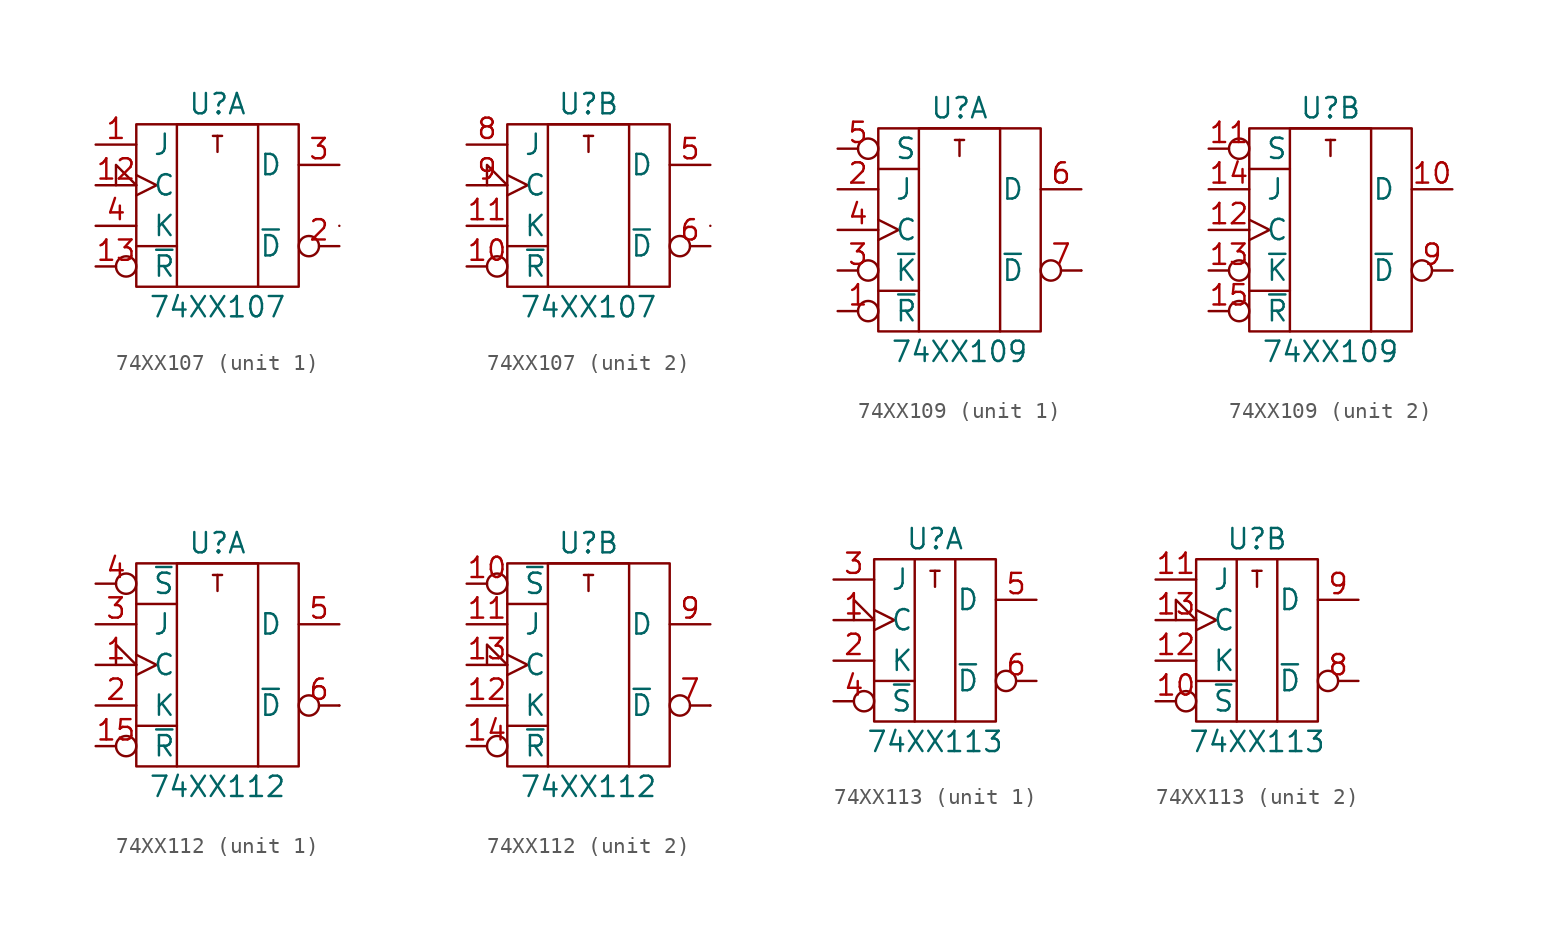
<source format=kicad_sym>
(kicad_symbol_lib
  (version 20211014)
  (generator kicad_symbol_editor)
  (symbol "74XX107"
    (pin_names
      (offset 1.016))
    (property "Reference" "U"
      (at 0 6.35 0)
      (effects (font (size 1.27 1.27))))
    (property "Value" "74XX107"
      (at 0 -6.35 0)
      (effects (font (size 1.27 1.27))))
    (symbol "74XX107_0_0"
      (polyline (pts (xy -5.08 -2.54) (xy -2.54 -2.54)) (stroke (width 0) (type default) (color 0 0 0 0)) (fill (type none)))
      (polyline (pts (xy 7.62 -1.27) (xy 7.62 -1.27)) (stroke (width 0) (type default) (color 0 0 0 0)) (fill (type none)))
      (polyline (pts (xy 2.54 -5.08) (xy 2.54 5.08) (xy -2.54 5.08) (xy -2.54 -5.08)) (stroke (width 0) (type default) (color 0 0 0 0)) (fill (type none)))
      (text "T" (at 0 3.81 0) (effects (font (size 1 1)))))
    (symbol "74XX107_0_1"
      (rectangle (start -5.08 -5.08) (end 5.08 5.08) (stroke (width 0) (type default) (color 0 0 0 0)) (fill (type none)))
      (pin power_in line (at 5.08 5.08 180) (length 0) hide (name "VCC" (effects (font (size 1.27 1.27)))) (number "14" (effects (font (size 1.27 1.27)))))
      (pin power_in line (at 5.08 -5.08 180) (length 0) hide (name "GND" (effects (font (size 1.27 1.27)))) (number "7" (effects (font (size 1.27 1.27))))))
    (symbol "74XX107_1_1"
      (pin input line (at -7.62 3.81 0) (length 2.54) (name "J" (effects (font (size 1.27 1.27)))) (number "1" (effects (font (size 1.27 1.27)))))
      (pin input clock_low (at -7.62 1.27 0) (length 2.54) (name "C" (effects (font (size 1.27 1.27)))) (number "12" (effects (font (size 1.27 1.27)))))
      (pin input inverted (at -7.62 -3.81 0) (length 2.54) (name "~{R}" (effects (font (size 1.27 1.27)))) (number "13" (effects (font (size 1.27 1.27)))))
      (pin output inverted (at 7.62 -2.54 180) (length 2.54) (name "~{D}" (effects (font (size 1.27 1.27)))) (number "2" (effects (font (size 1.27 1.27)))))
      (pin output line (at 7.62 2.54 180) (length 2.54) (name "D" (effects (font (size 1.27 1.27)))) (number "3" (effects (font (size 1.27 1.27)))))
      (pin input line (at -7.62 -1.27 0) (length 2.54) (name "K" (effects (font (size 1.27 1.27)))) (number "4" (effects (font (size 1.27 1.27))))))
    (symbol "74XX107_2_1"
      (pin input inverted (at -7.62 -3.81 0) (length 2.54) (name "~{R}" (effects (font (size 1.27 1.27)))) (number "10" (effects (font (size 1.27 1.27)))))
      (pin input line (at -7.62 -1.27 0) (length 2.54) (name "K" (effects (font (size 1.27 1.27)))) (number "11" (effects (font (size 1.27 1.27)))))
      (pin output line (at 7.62 2.54 180) (length 2.54) (name "D" (effects (font (size 1.27 1.27)))) (number "5" (effects (font (size 1.27 1.27)))))
      (pin output inverted (at 7.62 -2.54 180) (length 2.54) (name "~{D}" (effects (font (size 1.27 1.27)))) (number "6" (effects (font (size 1.27 1.27)))))
      (pin input line (at -7.62 3.81 0) (length 2.54) (name "J" (effects (font (size 1.27 1.27)))) (number "8" (effects (font (size 1.27 1.27)))))
      (pin input clock_low (at -7.62 1.27 0) (length 2.54) (name "C" (effects (font (size 1.27 1.27)))) (number "9" (effects (font (size 1.27 1.27)))))))
  (symbol "74XX109"
    (pin_names
      (offset 1.016))
    (property "Reference" "U"
      (at 0 7.62 0)
      (effects (font (size 1.27 1.27))))
    (property "Value" "74XX109"
      (at 0 -7.62 0)
      (effects (font (size 1.27 1.27))))
    (symbol "74XX109_0_0"
      (polyline (pts (xy -5.08 -3.81) (xy -2.54 -3.81)) (stroke (width 0) (type default) (color 0 0 0 0)) (fill (type none)))
      (polyline (pts (xy -5.08 3.81) (xy -2.54 3.81)) (stroke (width 0) (type default) (color 0 0 0 0)) (fill (type none)))
      (polyline (pts (xy 7.62 -2.54) (xy 7.62 -2.54)) (stroke (width 0) (type default) (color 0 0 0 0)) (fill (type none)))
      (polyline (pts (xy -2.54 -6.35) (xy -2.54 6.35) (xy 2.54 6.35) (xy 2.54 -6.35)) (stroke (width 0) (type default) (color 0 0 0 0)) (fill (type none)))
      (text "T" (at 0 5.08 0) (effects (font (size 1 1)))))
    (symbol "74XX109_0_1"
      (rectangle (start -5.08 -6.35) (end 5.08 6.35) (stroke (width 0) (type default) (color 0 0 0 0)) (fill (type none)))
      (pin power_in line (at 5.08 6.35 180) (length 0) hide (name "VCC" (effects (font (size 1.27 1.27)))) (number "16" (effects (font (size 1.27 1.27)))))
      (pin power_in line (at 5.08 -6.35 180) (length 0) hide (name "GND" (effects (font (size 1.27 1.27)))) (number "8" (effects (font (size 1.27 1.27))))))
    (symbol "74XX109_1_1"
      (pin input inverted (at -7.62 -5.08 0) (length 2.54) (name "~{R}" (effects (font (size 1.27 1.27)))) (number "1" (effects (font (size 1.27 1.27)))))
      (pin input line (at -7.62 2.54 0) (length 2.54) (name "J" (effects (font (size 1.27 1.27)))) (number "2" (effects (font (size 1.27 1.27)))))
      (pin input inverted (at -7.62 -2.54 0) (length 2.54) (name "~{K}" (effects (font (size 1.27 1.27)))) (number "3" (effects (font (size 1.27 1.27)))))
      (pin input clock (at -7.62 0 0) (length 2.54) (name "C" (effects (font (size 1.27 1.27)))) (number "4" (effects (font (size 1.27 1.27)))))
      (pin input inverted (at -7.62 5.08 0) (length 2.54) (name "S" (effects (font (size 1.27 1.27)))) (number "5" (effects (font (size 1.27 1.27)))))
      (pin output line (at 7.62 2.54 180) (length 2.54) (name "D" (effects (font (size 1.27 1.27)))) (number "6" (effects (font (size 1.27 1.27)))))
      (pin output inverted (at 7.62 -2.54 180) (length 2.54) (name "~{D}" (effects (font (size 1.27 1.27)))) (number "7" (effects (font (size 1.27 1.27))))))
    (symbol "74XX109_2_1"
      (pin output line (at 7.62 2.54 180) (length 2.54) (name "D" (effects (font (size 1.27 1.27)))) (number "10" (effects (font (size 1.27 1.27)))))
      (pin input inverted (at -7.62 5.08 0) (length 2.54) (name "S" (effects (font (size 1.27 1.27)))) (number "11" (effects (font (size 1.27 1.27)))))
      (pin input clock (at -7.62 0 0) (length 2.54) (name "C" (effects (font (size 1.27 1.27)))) (number "12" (effects (font (size 1.27 1.27)))))
      (pin input inverted (at -7.62 -2.54 0) (length 2.54) (name "~{K}" (effects (font (size 1.27 1.27)))) (number "13" (effects (font (size 1.27 1.27)))))
      (pin input line (at -7.62 2.54 0) (length 2.54) (name "J" (effects (font (size 1.27 1.27)))) (number "14" (effects (font (size 1.27 1.27)))))
      (pin input inverted (at -7.62 -5.08 0) (length 2.54) (name "~{R}" (effects (font (size 1.27 1.27)))) (number "15" (effects (font (size 1.27 1.27)))))
      (pin output inverted (at 7.62 -2.54 180) (length 2.54) (name "~{D}" (effects (font (size 1.27 1.27)))) (number "9" (effects (font (size 1.27 1.27)))))))
  (symbol "74XX112"
    (pin_names
      (offset 1.016))
    (property "Reference" "U"
      (at 0 7.62 0)
      (effects (font (size 1.27 1.27))))
    (property "Value" "74XX112"
      (at 0 -7.62 0)
      (effects (font (size 1.27 1.27))))
    (symbol "74XX112_0_0"
      (polyline (pts (xy -5.08 -3.81) (xy -2.54 -3.81)) (stroke (width 0) (type default) (color 0 0 0 0)) (fill (type none)))
      (polyline (pts (xy -5.08 3.81) (xy -2.54 3.81)) (stroke (width 0) (type default) (color 0 0 0 0)) (fill (type none)))
      (polyline (pts (xy 7.62 -2.54) (xy 7.62 -2.54)) (stroke (width 0) (type default) (color 0 0 0 0)) (fill (type none)))
      (polyline (pts (xy -2.54 -6.35) (xy -2.54 6.35) (xy 2.54 6.35) (xy 2.54 -6.35)) (stroke (width 0) (type default) (color 0 0 0 0)) (fill (type none)))
      (text "T" (at 0 5.08 0) (effects (font (size 1 1)))))
    (symbol "74XX112_0_1"
      (rectangle (start -5.08 -6.35) (end 5.08 6.35) (stroke (width 0) (type default) (color 0 0 0 0)) (fill (type none)))
      (pin power_in line (at 5.08 6.35 180) (length 0) hide (name "VCC" (effects (font (size 1.27 1.27)))) (number "16" (effects (font (size 1.27 1.27)))))
      (pin power_in line (at 5.08 -6.35 180) (length 0) hide (name "GND" (effects (font (size 1.27 1.27)))) (number "8" (effects (font (size 1.27 1.27))))))
    (symbol "74XX112_1_1"
      (pin input clock_low (at -7.62 0 0) (length 2.54) (name "C" (effects (font (size 1.27 1.27)))) (number "1" (effects (font (size 1.27 1.27)))))
      (pin input inverted (at -7.62 -5.08 0) (length 2.54) (name "~{R}" (effects (font (size 1.27 1.27)))) (number "15" (effects (font (size 1.27 1.27)))))
      (pin input line (at -7.62 -2.54 0) (length 2.54) (name "K" (effects (font (size 1.27 1.27)))) (number "2" (effects (font (size 1.27 1.27)))))
      (pin input line (at -7.62 2.54 0) (length 2.54) (name "J" (effects (font (size 1.27 1.27)))) (number "3" (effects (font (size 1.27 1.27)))))
      (pin input inverted (at -7.62 5.08 0) (length 2.54) (name "~{S}" (effects (font (size 1.27 1.27)))) (number "4" (effects (font (size 1.27 1.27)))))
      (pin output line (at 7.62 2.54 180) (length 2.54) (name "D" (effects (font (size 1.27 1.27)))) (number "5" (effects (font (size 1.27 1.27)))))
      (pin output inverted (at 7.62 -2.54 180) (length 2.54) (name "~{D}" (effects (font (size 1.27 1.27)))) (number "6" (effects (font (size 1.27 1.27))))))
    (symbol "74XX112_2_1"
      (pin input inverted (at -7.62 5.08 0) (length 2.54) (name "~{S}" (effects (font (size 1.27 1.27)))) (number "10" (effects (font (size 1.27 1.27)))))
      (pin input line (at -7.62 2.54 0) (length 2.54) (name "J" (effects (font (size 1.27 1.27)))) (number "11" (effects (font (size 1.27 1.27)))))
      (pin input line (at -7.62 -2.54 0) (length 2.54) (name "K" (effects (font (size 1.27 1.27)))) (number "12" (effects (font (size 1.27 1.27)))))
      (pin input clock_low (at -7.62 0 0) (length 2.54) (name "C" (effects (font (size 1.27 1.27)))) (number "13" (effects (font (size 1.27 1.27)))))
      (pin input inverted (at -7.62 -5.08 0) (length 2.54) (name "~{R}" (effects (font (size 1.27 1.27)))) (number "14" (effects (font (size 1.27 1.27)))))
      (pin output inverted (at 7.62 -2.54 180) (length 2.54) (name "~{D}" (effects (font (size 1.27 1.27)))) (number "7" (effects (font (size 1.27 1.27)))))
      (pin output line (at 7.62 2.54 180) (length 2.54) (name "D" (effects (font (size 1.27 1.27)))) (number "9" (effects (font (size 1.27 1.27)))))))
  (symbol "74XX113"
    (pin_names
      (offset 1.016))
    (property "Reference" "U"
      (at 0 6.35 0)
      (effects (font (size 1.27 1.27))))
    (property "Value" "74XX113"
      (at 0 -6.35 0)
      (effects (font (size 1.27 1.27))))
    (symbol "74XX113_0_0"
      (polyline (pts (xy -3.81 -2.54) (xy -1.27 -2.54)) (stroke (width 0) (type default) (color 0 0 0 0)) (fill (type none)))
      (text "T" (at 0 3.81 0) (effects (font (size 1 1)))))
    (symbol "74XX113_0_1"
      (rectangle (start -3.81 -5.08) (end 3.81 5.08) (stroke (width 0) (type default) (color 0 0 0 0)) (fill (type none)))
      (polyline (pts (xy -1.27 5.08) (xy -1.27 -5.08)) (stroke (width 0) (type default) (color 0 0 0 0)) (fill (type none)))
      (polyline (pts (xy 1.27 5.08) (xy 1.27 -5.08)) (stroke (width 0) (type default) (color 0 0 0 0)) (fill (type none)))
      (pin power_in line (at 3.81 5.08 180) (length 0) hide (name "VCC" (effects (font (size 1.27 1.27)))) (number "14" (effects (font (size 1.27 1.27)))))
      (pin power_in line (at 3.81 -5.08 180) (length 0) hide (name "GND" (effects (font (size 1.27 1.27)))) (number "7" (effects (font (size 1.27 1.27))))))
    (symbol "74XX113_1_1"
      (pin input clock_low (at -6.35 1.27 0) (length 2.54) (name "C" (effects (font (size 1.27 1.27)))) (number "1" (effects (font (size 1.27 1.27)))))
      (pin input line (at -6.35 -1.27 0) (length 2.54) (name "K" (effects (font (size 1.27 1.27)))) (number "2" (effects (font (size 1.27 1.27)))))
      (pin input line (at -6.35 3.81 0) (length 2.54) (name "J" (effects (font (size 1.27 1.27)))) (number "3" (effects (font (size 1.27 1.27)))))
      (pin input inverted (at -6.35 -3.81 0) (length 2.54) (name "~{S}" (effects (font (size 1.27 1.27)))) (number "4" (effects (font (size 1.27 1.27)))))
      (pin output line (at 6.35 2.54 180) (length 2.54) (name "D" (effects (font (size 1.27 1.27)))) (number "5" (effects (font (size 1.27 1.27)))))
      (pin output inverted (at 6.35 -2.54 180) (length 2.54) (name "~{D}" (effects (font (size 1.27 1.27)))) (number "6" (effects (font (size 1.27 1.27))))))
    (symbol "74XX113_2_1"
      (pin input inverted (at -6.35 -3.81 0) (length 2.54) (name "~{S}" (effects (font (size 1.27 1.27)))) (number "10" (effects (font (size 1.27 1.27)))))
      (pin input line (at -6.35 3.81 0) (length 2.54) (name "J" (effects (font (size 1.27 1.27)))) (number "11" (effects (font (size 1.27 1.27)))))
      (pin input line (at -6.35 -1.27 0) (length 2.54) (name "K" (effects (font (size 1.27 1.27)))) (number "12" (effects (font (size 1.27 1.27)))))
      (pin input clock_low (at -6.35 1.27 0) (length 2.54) (name "C" (effects (font (size 1.27 1.27)))) (number "13" (effects (font (size 1.27 1.27)))))
      (pin output inverted (at 6.35 -2.54 180) (length 2.54) (name "~{D}" (effects (font (size 1.27 1.27)))) (number "8" (effects (font (size 1.27 1.27)))))
      (pin output line (at 6.35 2.54 180) (length 2.54) (name "D" (effects (font (size 1.27 1.27)))) (number "9" (effects (font (size 1.27 1.27))))))))
</source>
